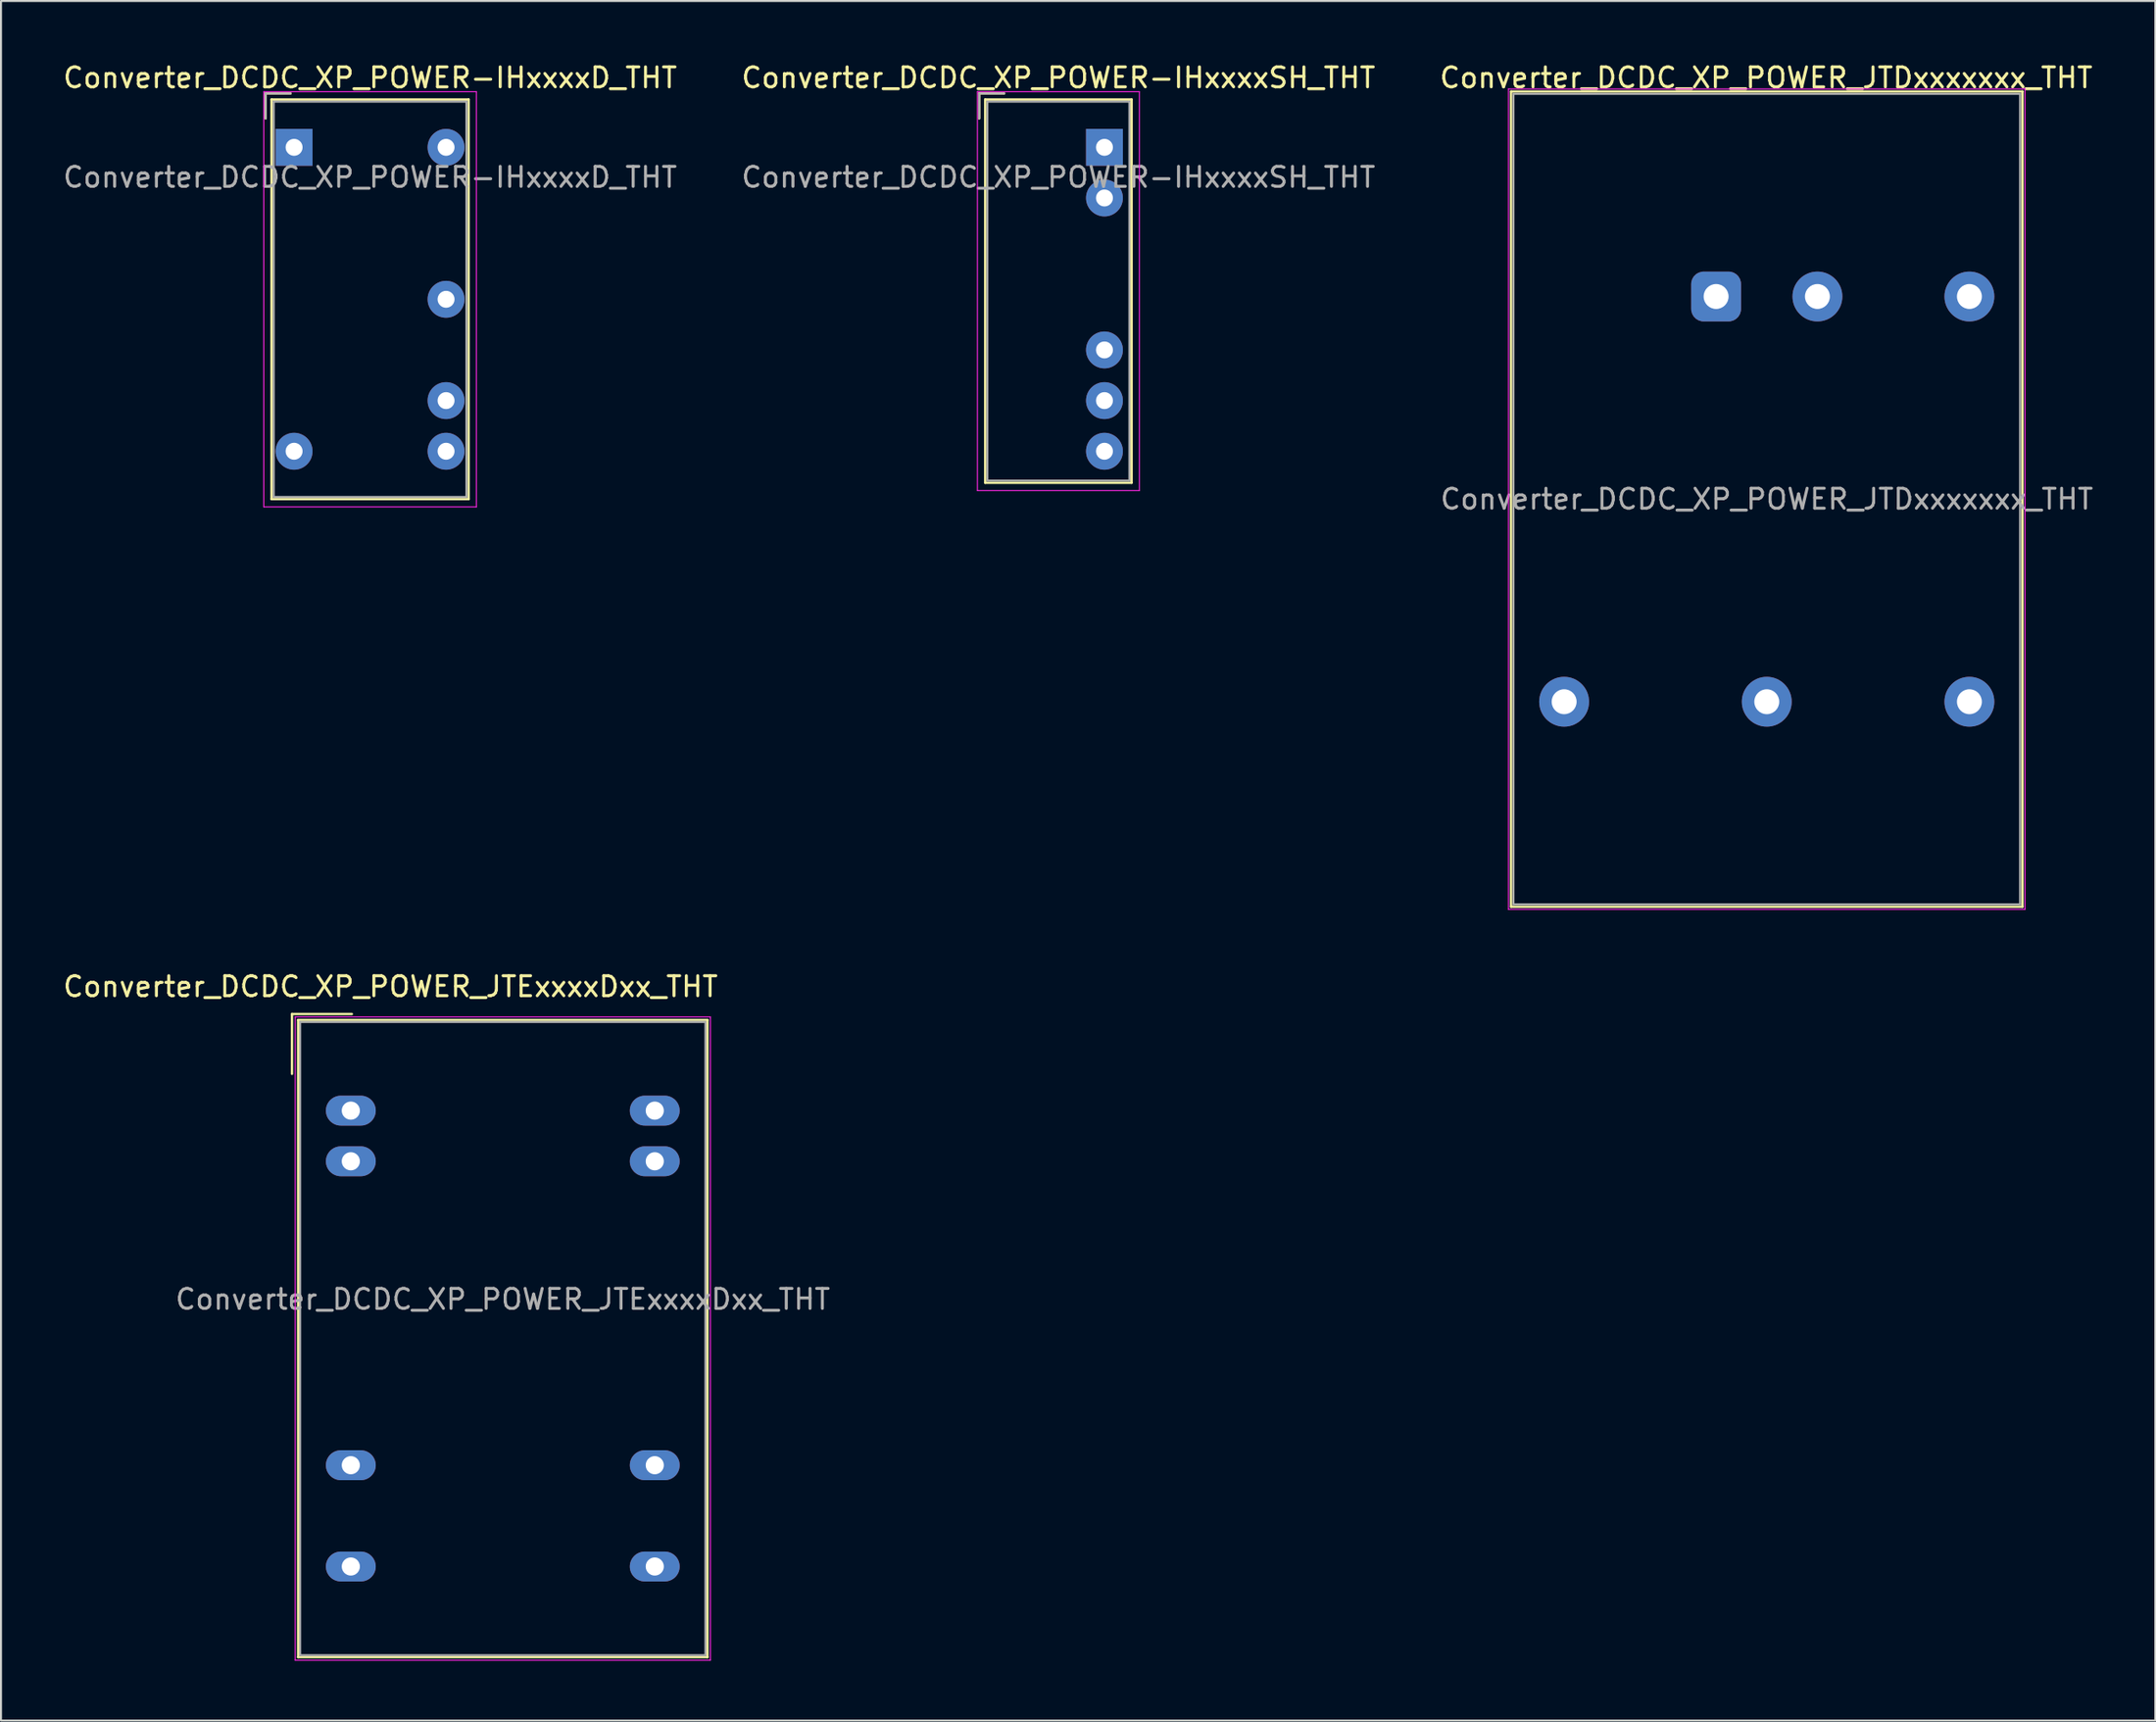
<source format=kicad_pcb>
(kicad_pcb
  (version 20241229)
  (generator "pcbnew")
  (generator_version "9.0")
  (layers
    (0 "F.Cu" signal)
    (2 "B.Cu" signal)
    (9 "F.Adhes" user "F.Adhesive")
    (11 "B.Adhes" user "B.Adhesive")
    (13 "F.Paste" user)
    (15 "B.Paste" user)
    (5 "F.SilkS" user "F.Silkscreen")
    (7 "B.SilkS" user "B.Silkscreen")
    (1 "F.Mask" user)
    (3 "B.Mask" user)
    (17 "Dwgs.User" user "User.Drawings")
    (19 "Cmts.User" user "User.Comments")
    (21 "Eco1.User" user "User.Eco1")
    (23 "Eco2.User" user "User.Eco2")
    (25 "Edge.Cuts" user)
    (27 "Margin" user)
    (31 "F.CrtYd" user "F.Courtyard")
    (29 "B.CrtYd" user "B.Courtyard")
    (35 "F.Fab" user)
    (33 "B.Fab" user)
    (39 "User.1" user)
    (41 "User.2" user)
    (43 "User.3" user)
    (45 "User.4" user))
  (footprint "Converter_DCDC_XP_POWER_JTDxxxxxxx_THT"
    (layer "F.Cu")
    (at 82.996 11.818)
    (property "Reference" "Converter_DCDC_XP_POWER_JTDxxxxxxx_THT" (at 2.51 -10.97 180) (layer "F.SilkS") (effects (font (size 1 1) (thickness 0.15))))
    (attr through_hole)
    (fp_line (start -10.28 -10.28) (end -10.28 30.6) (stroke (width 0.12) (type solid)) (layer "F.SilkS"))
    (fp_line (start -10.28 30.6) (end 15.36 30.6) (stroke (width 0.12) (type solid)) (layer "F.SilkS"))
    (fp_line (start 15.36 -10.28) (end -10.28 -10.28) (stroke (width 0.12) (type solid)) (layer "F.SilkS"))
    (fp_line (start 15.36 30.6) (end 15.36 -10.28) (stroke (width 0.12) (type solid)) (layer "F.SilkS"))
    (fp_line (start -10.41 -10.41) (end 15.49 -10.41) (stroke (width 0.05) (type solid)) (layer "F.CrtYd"))
    (fp_line (start -10.41 30.73) (end -10.41 -10.41) (stroke (width 0.05) (type solid)) (layer "F.CrtYd"))
    (fp_line (start -10.41 30.73) (end 15.49 30.73) (stroke (width 0.05) (type solid)) (layer "F.CrtYd"))
    (fp_line (start 15.49 30.73) (end 15.49 -10.41) (stroke (width 0.05) (type solid)) (layer "F.CrtYd"))
    (fp_line (start -10.16 -10.16) (end 15.24 -10.16) (stroke (width 0.1) (type solid)) (layer "F.Fab"))
    (fp_line (start -10.16 30.48) (end -10.16 -10.16) (stroke (width 0.1) (type solid)) (layer "F.Fab"))
    (fp_line (start -10.16 30.48) (end 15.24 30.48) (stroke (width 0.1) (type solid)) (layer "F.Fab"))
    (fp_line (start 15.24 30.48) (end 15.24 -10.16) (stroke (width 0.1) (type solid)) (layer "F.Fab"))
    (fp_text user "${REFERENCE}" (at 2.54 10.16 0) (layer "F.Fab") (effects (font (size 1 1) (thickness 0.15))))
    (pad "1" thru_hole roundrect (at 0 0) (size 2.5 2.5) (drill 1.25) (layers "*.Cu" "*.Mask") (roundrect_rratio 0.25))
    (pad "2" thru_hole circle (at 5.08 0) (size 2.5 2.5) (drill 1.25) (layers "*.Cu" "*.Mask"))
    (pad "3" thru_hole circle (at -7.62 20.32) (size 2.5 2.5) (drill 1.25) (layers "*.Cu" "*.Mask"))
    (pad "4" thru_hole circle (at 2.54 20.32) (size 2.5 2.5) (drill 1.25) (layers "*.Cu" "*.Mask"))
    (pad "5" thru_hole circle (at 12.7 20.32) (size 2.5 2.5) (drill 1.25) (layers "*.Cu" "*.Mask"))
    (pad "6" thru_hole circle (at 12.7 0) (size 2.5 2.5) (drill 1.25) (layers "*.Cu" "*.Mask")))
  (footprint "Converter_DCDC_XP_POWER_JTExxxxDxx_THT"
    (layer "F.Cu")
    (at 14.54 52.642)
    (property "Reference" "Converter_DCDC_XP_POWER_JTExxxxDxx_THT" (at 1.99 -6.22 0) (layer "F.SilkS") (effects (font (size 1 1) (thickness 0.15))))
    (attr through_hole)
    (fp_line (start -2.95 -4.845) (end -2.95 -1.845) (stroke (width 0.12) (type solid)) (layer "F.SilkS"))
    (fp_line (start -2.95 -4.845) (end 0.05 -4.845) (stroke (width 0.12) (type solid)) (layer "F.SilkS"))
    (fp_line (start -2.64 -4.545) (end -2.64 27.405) (stroke (width 0.12) (type solid)) (layer "F.SilkS"))
    (fp_line (start -2.64 -4.545) (end 17.88 -4.545) (stroke (width 0.12) (type solid)) (layer "F.SilkS"))
    (fp_line (start -2.64 27.405) (end 17.88 27.405) (stroke (width 0.12) (type solid)) (layer "F.SilkS"))
    (fp_line (start 17.88 -4.545) (end 17.88 27.405) (stroke (width 0.12) (type solid)) (layer "F.SilkS"))
    (fp_line (start -2.79 -4.7) (end -2.79 27.56) (stroke (width 0.05) (type solid)) (layer "F.CrtYd"))
    (fp_line (start -2.79 -4.7) (end 18.03 -4.7) (stroke (width 0.05) (type solid)) (layer "F.CrtYd"))
    (fp_line (start -2.79 27.56) (end 18.03 27.56) (stroke (width 0.05) (type solid)) (layer "F.CrtYd"))
    (fp_line (start 18.03 -4.7) (end 18.03 27.56) (stroke (width 0.05) (type solid)) (layer "F.CrtYd"))
    (fp_line (start -2.54 -4.445) (end 17.78 -4.445) (stroke (width 0.1) (type solid)) (layer "F.Fab"))
    (fp_line (start -2.54 27.305) (end -2.54 -4.455) (stroke (width 0.1) (type solid)) (layer "F.Fab"))
    (fp_line (start 17.78 -4.445) (end 17.78 27.305) (stroke (width 0.1) (type solid)) (layer "F.Fab"))
    (fp_line (start 17.78 27.305) (end -2.5 27.305) (stroke (width 0.1) (type solid)) (layer "F.Fab"))
    (fp_text user "${REFERENCE}" (at 7.62 9.46 0) (layer "F.Fab") (effects (font (size 1 1) (thickness 0.15))))
    (pad "2" thru_hole oval (at 0 0) (size 2.5 1.5) (drill 0.91) (layers "*.Cu" "*.Mask"))
    (pad "3" thru_hole oval (at 0 2.54) (size 2.5 1.5) (drill 0.91) (layers "*.Cu" "*.Mask"))
    (pad "9" thru_hole oval (at 0 17.78) (size 2.5 1.5) (drill 0.91) (layers "*.Cu" "*.Mask"))
    (pad "11" thru_hole oval (at 0 22.86) (size 2.5 1.5) (drill 0.91) (layers "*.Cu" "*.Mask"))
    (pad "14" thru_hole oval (at 15.24 22.86) (size 2.5 1.5) (drill 0.91) (layers "*.Cu" "*.Mask"))
    (pad "16" thru_hole oval (at 15.24 17.78) (size 2.5 1.5) (drill 0.91) (layers "*.Cu" "*.Mask"))
    (pad "22" thru_hole oval (at 15.24 2.54) (size 2.5 1.5) (drill 0.91) (layers "*.Cu" "*.Mask"))
    (pad "23" thru_hole oval (at 15.24 0) (size 2.5 1.5) (drill 0.91) (layers "*.Cu" "*.Mask")))
  (footprint "Converter_DCDC_XP_POWER-IHxxxxSH_THT"
    (layer "F.Cu")
    (at 52.328 4.338)
    (property "Reference" "Converter_DCDC_XP_POWER-IHxxxxSH_THT" (at -2.31 -3.49 0) (layer "F.SilkS") (effects (font (size 1 1) (thickness 0.15))))
    (attr through_hole)
    (fp_line (start -6.28 -2.7) (end -6.28 -1.45) (stroke (width 0.12) (type solid)) (layer "F.SilkS"))
    (fp_line (start -5.98 -2.4) (end -5.98 16.82) (stroke (width 0.12) (type solid)) (layer "F.SilkS"))
    (fp_line (start -5.98 16.82) (end 1.36 16.82) (stroke (width 0.12) (type solid)) (layer "F.SilkS"))
    (fp_line (start -5.03 -2.7) (end -6.28 -2.7) (stroke (width 0.12) (type solid)) (layer "F.SilkS"))
    (fp_line (start 1.36 -2.4) (end -5.98 -2.4) (stroke (width 0.12) (type solid)) (layer "F.SilkS"))
    (fp_line (start 1.36 16.82) (end 1.36 -2.4) (stroke (width 0.12) (type solid)) (layer "F.SilkS"))
    (fp_line (start -6.37 -2.79) (end -6.37 17.21) (stroke (width 0.05) (type solid)) (layer "F.CrtYd"))
    (fp_line (start -6.37 17.21) (end 1.75 17.21) (stroke (width 0.05) (type solid)) (layer "F.CrtYd"))
    (fp_line (start 1.75 -2.79) (end -6.37 -2.79) (stroke (width 0.05) (type solid)) (layer "F.CrtYd"))
    (fp_line (start 1.75 17.21) (end 1.75 -2.79) (stroke (width 0.05) (type solid)) (layer "F.CrtYd"))
    (fp_line (start -6.28 -2.7) (end -6.28 -1.45) (stroke (width 0.1) (type solid)) (layer "F.Fab"))
    (fp_line (start -5.87 -2.29) (end -5.87 16.71) (stroke (width 0.1) (type solid)) (layer "F.Fab"))
    (fp_line (start -5.87 16.71) (end 1.25 16.71) (stroke (width 0.1) (type solid)) (layer "F.Fab"))
    (fp_line (start -5.03 -2.7) (end -6.28 -2.7) (stroke (width 0.1) (type solid)) (layer "F.Fab"))
    (fp_line (start 1.25 -2.29) (end -5.87 -2.29) (stroke (width 0.1) (type solid)) (layer "F.Fab"))
    (fp_line (start 1.25 16.71) (end 1.25 -2.29) (stroke (width 0.1) (type solid)) (layer "F.Fab"))
    (fp_text user "${REFERENCE}" (at -2.31 1.5 0) (layer "F.Fab") (effects (font (size 1 1) (thickness 0.15))))
    (pad "1" thru_hole rect (at 0 0) (size 1.85 1.85) (drill 0.85) (layers "*.Cu" "*.Mask"))
    (pad "2" thru_hole circle (at 0 2.54) (size 1.85 1.85) (drill 0.85) (layers "*.Cu" "*.Mask"))
    (pad "4" thru_hole circle (at 0 10.16) (size 1.85 1.85) (drill 0.85) (layers "*.Cu" "*.Mask"))
    (pad "5" thru_hole circle (at 0 12.7) (size 1.85 1.85) (drill 0.85) (layers "*.Cu" "*.Mask"))
    (pad "6" thru_hole circle (at 0 15.24) (size 1.85 1.85) (drill 0.85) (layers "*.Cu" "*.Mask")))
  (footprint "Converter_DCDC_XP_POWER-IHxxxxD_THT"
    (layer "F.Cu")
    (at 11.696 4.338)
    (property "Reference" "Converter_DCDC_XP_POWER-IHxxxxD_THT" (at 3.81 -3.49 0) (layer "F.SilkS") (effects (font (size 1 1) (thickness 0.15))))
    (attr through_hole)
    (fp_line (start -1.43 -2.7) (end -1.43 -1.45) (stroke (width 0.12) (type solid)) (layer "F.SilkS"))
    (fp_line (start -1.13 -2.4) (end -1.13 17.64) (stroke (width 0.12) (type solid)) (layer "F.SilkS"))
    (fp_line (start -1.13 17.64) (end 8.75 17.64) (stroke (width 0.12) (type solid)) (layer "F.SilkS"))
    (fp_line (start -0.18 -2.7) (end -1.43 -2.7) (stroke (width 0.12) (type solid)) (layer "F.SilkS"))
    (fp_line (start 8.75 -2.4) (end -1.13 -2.4) (stroke (width 0.12) (type solid)) (layer "F.SilkS"))
    (fp_line (start 8.75 17.64) (end 8.75 -2.4) (stroke (width 0.12) (type solid)) (layer "F.SilkS"))
    (fp_line (start -1.52 -2.79) (end -1.52 18.03) (stroke (width 0.05) (type solid)) (layer "F.CrtYd"))
    (fp_line (start -1.52 18.03) (end 9.14 18.03) (stroke (width 0.05) (type solid)) (layer "F.CrtYd"))
    (fp_line (start 9.14 -2.79) (end -1.52 -2.79) (stroke (width 0.05) (type solid)) (layer "F.CrtYd"))
    (fp_line (start 9.14 18.03) (end 9.14 -2.79) (stroke (width 0.05) (type solid)) (layer "F.CrtYd"))
    (fp_line (start -1.43 -2.7) (end -1.43 -1.45) (stroke (width 0.1) (type solid)) (layer "F.Fab"))
    (fp_line (start -1.02 -2.29) (end -1.02 17.53) (stroke (width 0.1) (type solid)) (layer "F.Fab"))
    (fp_line (start -1.02 17.53) (end 8.64 17.53) (stroke (width 0.1) (type solid)) (layer "F.Fab"))
    (fp_line (start -0.18 -2.7) (end -1.43 -2.7) (stroke (width 0.1) (type solid)) (layer "F.Fab"))
    (fp_line (start 8.64 -2.29) (end -1.02 -2.29) (stroke (width 0.1) (type solid)) (layer "F.Fab"))
    (fp_line (start 8.64 17.53) (end 8.64 -2.29) (stroke (width 0.1) (type solid)) (layer "F.Fab"))
    (fp_text user "${REFERENCE}" (at 3.81 1.5 0) (layer "F.Fab") (effects (font (size 1 1) (thickness 0.15))))
    (pad "1" thru_hole rect (at 0 0) (size 1.85 1.85) (drill 0.85) (layers "*.Cu" "*.Mask"))
    (pad "2" thru_hole circle (at 0 15.24) (size 1.85 1.85) (drill 0.85) (layers "*.Cu" "*.Mask"))
    (pad "3" thru_hole circle (at 7.62 0) (size 1.85 1.85) (drill 0.85) (layers "*.Cu" "*.Mask"))
    (pad "4" thru_hole circle (at 7.62 7.62) (size 1.85 1.85) (drill 0.85) (layers "*.Cu" "*.Mask"))
    (pad "5" thru_hole circle (at 7.62 12.7) (size 1.85 1.85) (drill 0.85) (layers "*.Cu" "*.Mask"))
    (pad "6" thru_hole circle (at 7.62 15.24) (size 1.85 1.85) (drill 0.85) (layers "*.Cu" "*.Mask")))
  (gr_rect
    (start -3 -3)
    (end 105.018 83.227)
    (stroke (width 0.1) (type default))
    (fill no)
    (layer "Edge.Cuts")))
</source>
